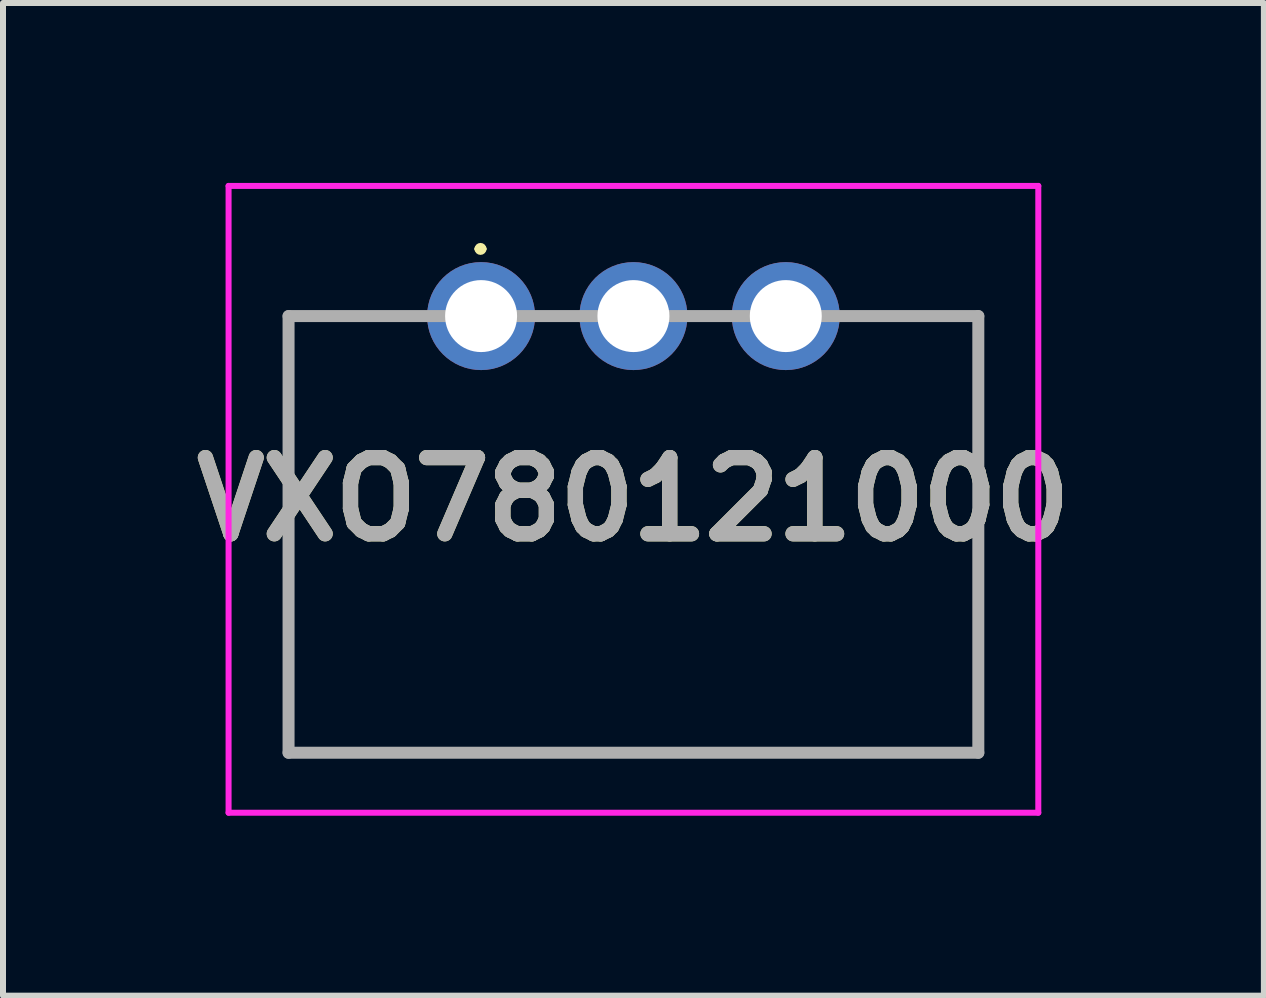
<source format=kicad_pcb>
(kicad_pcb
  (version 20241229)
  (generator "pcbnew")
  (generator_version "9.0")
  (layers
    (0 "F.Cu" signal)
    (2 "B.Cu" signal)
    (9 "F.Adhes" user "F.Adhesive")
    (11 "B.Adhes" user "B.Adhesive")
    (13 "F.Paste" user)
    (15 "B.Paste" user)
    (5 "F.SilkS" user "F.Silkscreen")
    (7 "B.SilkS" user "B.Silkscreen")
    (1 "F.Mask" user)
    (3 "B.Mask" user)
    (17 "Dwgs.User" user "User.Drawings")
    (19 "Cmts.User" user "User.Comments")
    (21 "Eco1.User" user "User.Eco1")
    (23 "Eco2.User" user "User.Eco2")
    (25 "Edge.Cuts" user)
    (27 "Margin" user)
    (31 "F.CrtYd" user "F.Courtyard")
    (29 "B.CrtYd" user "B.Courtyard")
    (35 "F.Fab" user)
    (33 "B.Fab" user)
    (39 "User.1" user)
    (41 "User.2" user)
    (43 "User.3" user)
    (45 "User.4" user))
  (footprint "VXO780121000"
    (layer "F.Cu")
    (at 7.511 5.275)
    (property "Reference" "VXO780121000" (at 0 0 0) (layer "F.SilkS") (effects (font (size 1.27 1.27) (thickness 0.254))))
    (attr through_hole)
    (fp_line (start -5.75 -3.055) (end -5.75 4.225) (stroke (width 0.1) (type solid)) (layer "F.SilkS"))
    (fp_line (start -5.75 4.225) (end 5.75 4.225) (stroke (width 0.1) (type solid)) (layer "F.SilkS"))
    (fp_line (start -4 -3.055) (end -5.75 -3.055) (stroke (width 0.1) (type solid)) (layer "F.SilkS"))
    (fp_line (start -2.6 -4.175) (end -2.6 -4.175) (stroke (width 0.1) (type solid)) (layer "F.SilkS"))
    (fp_line (start -2.5 -4.175) (end -2.5 -4.175) (stroke (width 0.1) (type solid)) (layer "F.SilkS"))
    (fp_line (start 5.75 -3.055) (end 4 -3.055) (stroke (width 0.1) (type solid)) (layer "F.SilkS"))
    (fp_line (start 5.75 4.225) (end 5.75 -3.055) (stroke (width 0.1) (type solid)) (layer "F.SilkS"))
    (fp_arc (start -2.6 -4.175) (mid -2.55 -4.225) (end -2.5 -4.175) (stroke (width 0.1) (type solid)) (layer "F.SilkS"))
    (fp_arc (start -2.5 -4.175) (mid -2.55 -4.125) (end -2.6 -4.175) (stroke (width 0.1) (type solid)) (layer "F.SilkS"))
    (fp_line (start -6.75 -5.225) (end 6.75 -5.225) (stroke (width 0.1) (type solid)) (layer "F.CrtYd"))
    (fp_line (start -6.75 5.225) (end -6.75 -5.225) (stroke (width 0.1) (type solid)) (layer "F.CrtYd"))
    (fp_line (start 6.75 -5.225) (end 6.75 5.225) (stroke (width 0.1) (type solid)) (layer "F.CrtYd"))
    (fp_line (start 6.75 5.225) (end -6.75 5.225) (stroke (width 0.1) (type solid)) (layer "F.CrtYd"))
    (fp_line (start -5.75 -3.055) (end 5.75 -3.055) (stroke (width 0.2) (type solid)) (layer "F.Fab"))
    (fp_line (start -5.75 4.225) (end -5.75 -3.055) (stroke (width 0.2) (type solid)) (layer "F.Fab"))
    (fp_line (start 5.75 -3.055) (end 5.75 4.225) (stroke (width 0.2) (type solid)) (layer "F.Fab"))
    (fp_line (start 5.75 4.225) (end -5.75 4.225) (stroke (width 0.2) (type solid)) (layer "F.Fab"))
    (fp_text user "${REFERENCE}" (at 0 0 0) (layer "F.Fab") (effects (font (size 1.27 1.27) (thickness 0.254))))
    (pad "1" thru_hole circle (at -2.54 -3.055) (size 1.8 1.8) (drill 1.2) (layers "*.Cu" "*.Mask"))
    (pad "2" thru_hole circle (at 0 -3.055) (size 1.8 1.8) (drill 1.2) (layers "*.Cu" "*.Mask"))
    (pad "3" thru_hole circle (at 2.54 -3.055) (size 1.8 1.8) (drill 1.2) (layers "*.Cu" "*.Mask")))
  (gr_rect
    (start -3 -3)
    (end 18.022 13.55)
    (stroke (width 0.1) (type default))
    (fill no)
    (layer "Edge.Cuts")))
</source>
